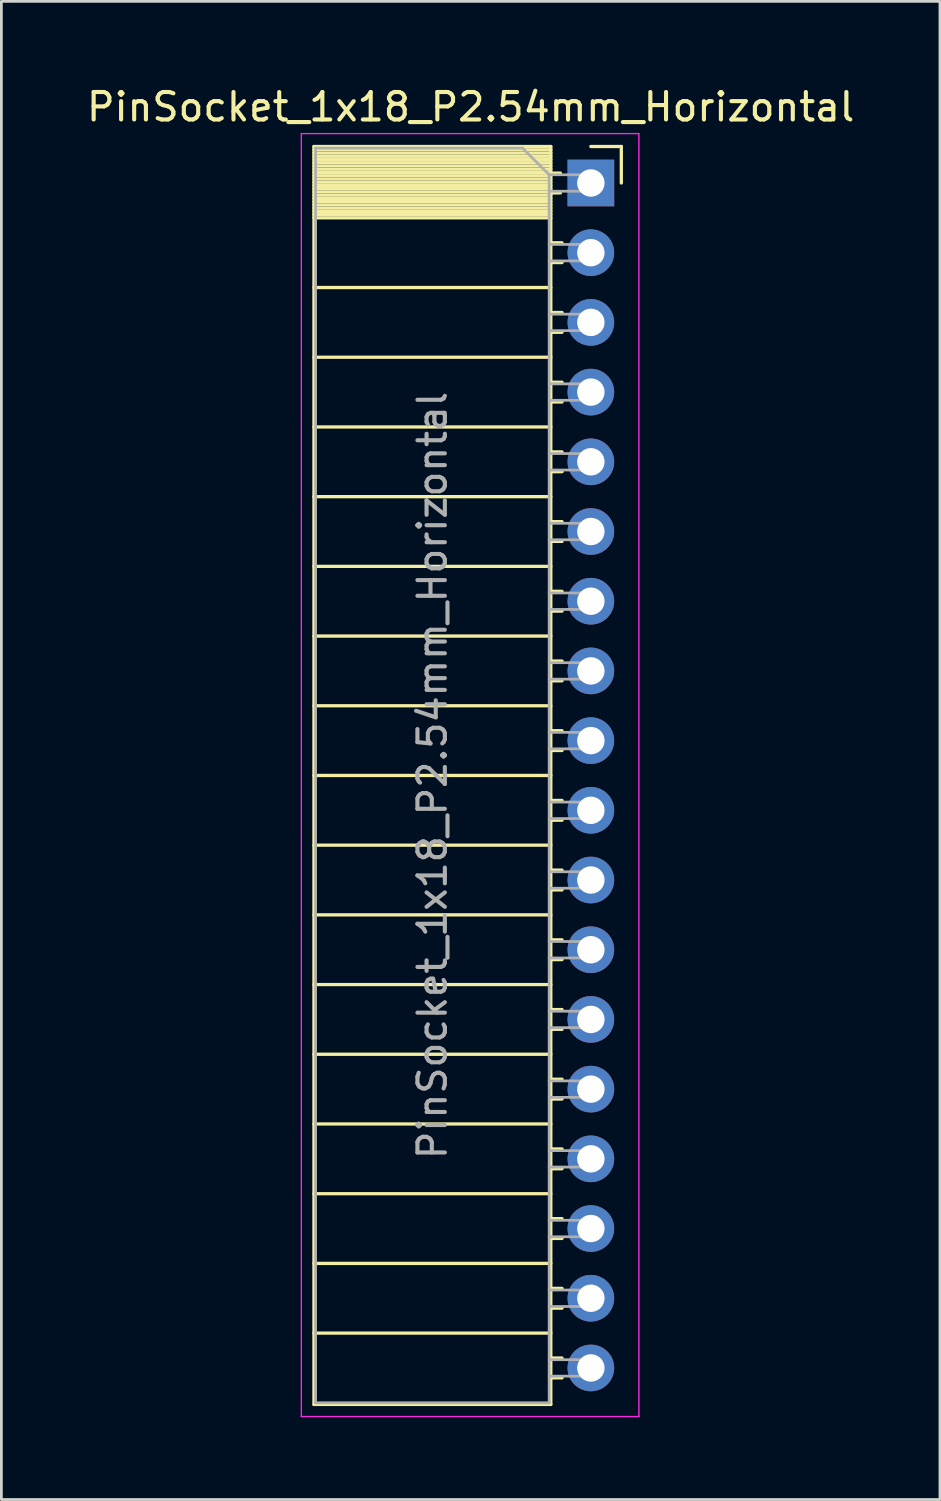
<source format=kicad_pcb>
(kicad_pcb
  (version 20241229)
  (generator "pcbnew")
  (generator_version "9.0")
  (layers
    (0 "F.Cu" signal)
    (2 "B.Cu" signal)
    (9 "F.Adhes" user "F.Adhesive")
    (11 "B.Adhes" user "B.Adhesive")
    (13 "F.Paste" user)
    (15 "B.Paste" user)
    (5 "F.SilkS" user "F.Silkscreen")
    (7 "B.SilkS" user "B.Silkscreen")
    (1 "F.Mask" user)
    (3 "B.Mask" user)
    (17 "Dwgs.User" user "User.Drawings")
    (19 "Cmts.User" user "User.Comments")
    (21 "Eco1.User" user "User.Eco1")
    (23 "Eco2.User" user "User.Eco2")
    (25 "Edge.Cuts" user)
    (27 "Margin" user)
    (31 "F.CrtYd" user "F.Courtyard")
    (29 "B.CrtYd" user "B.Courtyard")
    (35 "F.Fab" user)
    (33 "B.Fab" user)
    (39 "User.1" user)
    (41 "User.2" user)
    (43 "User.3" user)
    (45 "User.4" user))
  (footprint "PinSocket_1x18_P2.54mm_Horizontal"
    (layer "F.Cu")
    (at 18.481 3.618)
    (property "Reference" "PinSocket_1x18_P2.54mm_Horizontal" (at -4.38 -2.77 0) (layer "F.SilkS") (effects (font (size 1 1) (thickness 0.15))))
    (attr through_hole)
    (fp_line (start -10.09 -1.33) (end -10.09 44.51) (stroke (width 0.12) (type solid)) (layer "F.SilkS"))
    (fp_line (start -10.09 -1.33) (end -1.46 -1.33) (stroke (width 0.12) (type solid)) (layer "F.SilkS"))
    (fp_line (start -10.09 -1.21) (end -1.46 -1.21) (stroke (width 0.12) (type solid)) (layer "F.SilkS"))
    (fp_line (start -10.09 -1.092) (end -1.46 -1.092) (stroke (width 0.12) (type solid)) (layer "F.SilkS"))
    (fp_line (start -10.09 -0.974) (end -1.46 -0.974) (stroke (width 0.12) (type solid)) (layer "F.SilkS"))
    (fp_line (start -10.09 -0.856) (end -1.46 -0.856) (stroke (width 0.12) (type solid)) (layer "F.SilkS"))
    (fp_line (start -10.09 -0.738) (end -1.46 -0.738) (stroke (width 0.12) (type solid)) (layer "F.SilkS"))
    (fp_line (start -10.09 -0.62) (end -1.46 -0.62) (stroke (width 0.12) (type solid)) (layer "F.SilkS"))
    (fp_line (start -10.09 -0.501) (end -1.46 -0.501) (stroke (width 0.12) (type solid)) (layer "F.SilkS"))
    (fp_line (start -10.09 -0.383) (end -1.46 -0.383) (stroke (width 0.12) (type solid)) (layer "F.SilkS"))
    (fp_line (start -10.09 -0.265) (end -1.46 -0.265) (stroke (width 0.12) (type solid)) (layer "F.SilkS"))
    (fp_line (start -10.09 -0.147) (end -1.46 -0.147) (stroke (width 0.12) (type solid)) (layer "F.SilkS"))
    (fp_line (start -10.09 -0.029) (end -1.46 -0.029) (stroke (width 0.12) (type solid)) (layer "F.SilkS"))
    (fp_line (start -10.09 0.089) (end -1.46 0.089) (stroke (width 0.12) (type solid)) (layer "F.SilkS"))
    (fp_line (start -10.09 0.207) (end -1.46 0.207) (stroke (width 0.12) (type solid)) (layer "F.SilkS"))
    (fp_line (start -10.09 0.325) (end -1.46 0.325) (stroke (width 0.12) (type solid)) (layer "F.SilkS"))
    (fp_line (start -10.09 0.443) (end -1.46 0.443) (stroke (width 0.12) (type solid)) (layer "F.SilkS"))
    (fp_line (start -10.09 0.561) (end -1.46 0.561) (stroke (width 0.12) (type solid)) (layer "F.SilkS"))
    (fp_line (start -10.09 0.68) (end -1.46 0.68) (stroke (width 0.12) (type solid)) (layer "F.SilkS"))
    (fp_line (start -10.09 0.798) (end -1.46 0.798) (stroke (width 0.12) (type solid)) (layer "F.SilkS"))
    (fp_line (start -10.09 0.916) (end -1.46 0.916) (stroke (width 0.12) (type solid)) (layer "F.SilkS"))
    (fp_line (start -10.09 1.034) (end -1.46 1.034) (stroke (width 0.12) (type solid)) (layer "F.SilkS"))
    (fp_line (start -10.09 1.152) (end -1.46 1.152) (stroke (width 0.12) (type solid)) (layer "F.SilkS"))
    (fp_line (start -10.09 1.27) (end -1.46 1.27) (stroke (width 0.12) (type solid)) (layer "F.SilkS"))
    (fp_line (start -10.09 3.81) (end -1.46 3.81) (stroke (width 0.12) (type solid)) (layer "F.SilkS"))
    (fp_line (start -10.09 6.35) (end -1.46 6.35) (stroke (width 0.12) (type solid)) (layer "F.SilkS"))
    (fp_line (start -10.09 8.89) (end -1.46 8.89) (stroke (width 0.12) (type solid)) (layer "F.SilkS"))
    (fp_line (start -10.09 11.43) (end -1.46 11.43) (stroke (width 0.12) (type solid)) (layer "F.SilkS"))
    (fp_line (start -10.09 13.97) (end -1.46 13.97) (stroke (width 0.12) (type solid)) (layer "F.SilkS"))
    (fp_line (start -10.09 16.51) (end -1.46 16.51) (stroke (width 0.12) (type solid)) (layer "F.SilkS"))
    (fp_line (start -10.09 19.05) (end -1.46 19.05) (stroke (width 0.12) (type solid)) (layer "F.SilkS"))
    (fp_line (start -10.09 21.59) (end -1.46 21.59) (stroke (width 0.12) (type solid)) (layer "F.SilkS"))
    (fp_line (start -10.09 24.13) (end -1.46 24.13) (stroke (width 0.12) (type solid)) (layer "F.SilkS"))
    (fp_line (start -10.09 26.67) (end -1.46 26.67) (stroke (width 0.12) (type solid)) (layer "F.SilkS"))
    (fp_line (start -10.09 29.21) (end -1.46 29.21) (stroke (width 0.12) (type solid)) (layer "F.SilkS"))
    (fp_line (start -10.09 31.75) (end -1.46 31.75) (stroke (width 0.12) (type solid)) (layer "F.SilkS"))
    (fp_line (start -10.09 34.29) (end -1.46 34.29) (stroke (width 0.12) (type solid)) (layer "F.SilkS"))
    (fp_line (start -10.09 36.83) (end -1.46 36.83) (stroke (width 0.12) (type solid)) (layer "F.SilkS"))
    (fp_line (start -10.09 39.37) (end -1.46 39.37) (stroke (width 0.12) (type solid)) (layer "F.SilkS"))
    (fp_line (start -10.09 41.91) (end -1.46 41.91) (stroke (width 0.12) (type solid)) (layer "F.SilkS"))
    (fp_line (start -10.09 44.51) (end -1.46 44.51) (stroke (width 0.12) (type solid)) (layer "F.SilkS"))
    (fp_line (start -1.46 -1.33) (end -1.46 44.51) (stroke (width 0.12) (type solid)) (layer "F.SilkS"))
    (fp_line (start -1.46 -0.36) (end -1.11 -0.36) (stroke (width 0.12) (type solid)) (layer "F.SilkS"))
    (fp_line (start -1.46 0.36) (end -1.11 0.36) (stroke (width 0.12) (type solid)) (layer "F.SilkS"))
    (fp_line (start -1.46 2.18) (end -1.05 2.18) (stroke (width 0.12) (type solid)) (layer "F.SilkS"))
    (fp_line (start -1.46 2.9) (end -1.05 2.9) (stroke (width 0.12) (type solid)) (layer "F.SilkS"))
    (fp_line (start -1.46 4.72) (end -1.05 4.72) (stroke (width 0.12) (type solid)) (layer "F.SilkS"))
    (fp_line (start -1.46 5.44) (end -1.05 5.44) (stroke (width 0.12) (type solid)) (layer "F.SilkS"))
    (fp_line (start -1.46 7.26) (end -1.05 7.26) (stroke (width 0.12) (type solid)) (layer "F.SilkS"))
    (fp_line (start -1.46 7.98) (end -1.05 7.98) (stroke (width 0.12) (type solid)) (layer "F.SilkS"))
    (fp_line (start -1.46 9.8) (end -1.05 9.8) (stroke (width 0.12) (type solid)) (layer "F.SilkS"))
    (fp_line (start -1.46 10.52) (end -1.05 10.52) (stroke (width 0.12) (type solid)) (layer "F.SilkS"))
    (fp_line (start -1.46 12.34) (end -1.05 12.34) (stroke (width 0.12) (type solid)) (layer "F.SilkS"))
    (fp_line (start -1.46 13.06) (end -1.05 13.06) (stroke (width 0.12) (type solid)) (layer "F.SilkS"))
    (fp_line (start -1.46 14.88) (end -1.05 14.88) (stroke (width 0.12) (type solid)) (layer "F.SilkS"))
    (fp_line (start -1.46 15.6) (end -1.05 15.6) (stroke (width 0.12) (type solid)) (layer "F.SilkS"))
    (fp_line (start -1.46 17.42) (end -1.05 17.42) (stroke (width 0.12) (type solid)) (layer "F.SilkS"))
    (fp_line (start -1.46 18.14) (end -1.05 18.14) (stroke (width 0.12) (type solid)) (layer "F.SilkS"))
    (fp_line (start -1.46 19.96) (end -1.05 19.96) (stroke (width 0.12) (type solid)) (layer "F.SilkS"))
    (fp_line (start -1.46 20.68) (end -1.05 20.68) (stroke (width 0.12) (type solid)) (layer "F.SilkS"))
    (fp_line (start -1.46 22.5) (end -1.05 22.5) (stroke (width 0.12) (type solid)) (layer "F.SilkS"))
    (fp_line (start -1.46 23.22) (end -1.05 23.22) (stroke (width 0.12) (type solid)) (layer "F.SilkS"))
    (fp_line (start -1.46 25.04) (end -1.05 25.04) (stroke (width 0.12) (type solid)) (layer "F.SilkS"))
    (fp_line (start -1.46 25.76) (end -1.05 25.76) (stroke (width 0.12) (type solid)) (layer "F.SilkS"))
    (fp_line (start -1.46 27.58) (end -1.05 27.58) (stroke (width 0.12) (type solid)) (layer "F.SilkS"))
    (fp_line (start -1.46 28.3) (end -1.05 28.3) (stroke (width 0.12) (type solid)) (layer "F.SilkS"))
    (fp_line (start -1.46 30.12) (end -1.05 30.12) (stroke (width 0.12) (type solid)) (layer "F.SilkS"))
    (fp_line (start -1.46 30.84) (end -1.05 30.84) (stroke (width 0.12) (type solid)) (layer "F.SilkS"))
    (fp_line (start -1.46 32.66) (end -1.05 32.66) (stroke (width 0.12) (type solid)) (layer "F.SilkS"))
    (fp_line (start -1.46 33.38) (end -1.05 33.38) (stroke (width 0.12) (type solid)) (layer "F.SilkS"))
    (fp_line (start -1.46 35.2) (end -1.05 35.2) (stroke (width 0.12) (type solid)) (layer "F.SilkS"))
    (fp_line (start -1.46 35.92) (end -1.05 35.92) (stroke (width 0.12) (type solid)) (layer "F.SilkS"))
    (fp_line (start -1.46 37.74) (end -1.05 37.74) (stroke (width 0.12) (type solid)) (layer "F.SilkS"))
    (fp_line (start -1.46 38.46) (end -1.05 38.46) (stroke (width 0.12) (type solid)) (layer "F.SilkS"))
    (fp_line (start -1.46 40.28) (end -1.05 40.28) (stroke (width 0.12) (type solid)) (layer "F.SilkS"))
    (fp_line (start -1.46 41) (end -1.05 41) (stroke (width 0.12) (type solid)) (layer "F.SilkS"))
    (fp_line (start -1.46 42.82) (end -1.05 42.82) (stroke (width 0.12) (type solid)) (layer "F.SilkS"))
    (fp_line (start -1.46 43.54) (end -1.05 43.54) (stroke (width 0.12) (type solid)) (layer "F.SilkS"))
    (fp_line (start 0 -1.33) (end 1.11 -1.33) (stroke (width 0.12) (type solid)) (layer "F.SilkS"))
    (fp_line (start 1.11 -1.33) (end 1.11 0) (stroke (width 0.12) (type solid)) (layer "F.SilkS"))
    (fp_line (start -10.55 -1.8) (end -10.55 44.95) (stroke (width 0.05) (type solid)) (layer "F.CrtYd"))
    (fp_line (start -10.55 44.95) (end 1.75 44.95) (stroke (width 0.05) (type solid)) (layer "F.CrtYd"))
    (fp_line (start 1.75 -1.8) (end -10.55 -1.8) (stroke (width 0.05) (type solid)) (layer "F.CrtYd"))
    (fp_line (start 1.75 44.95) (end 1.75 -1.8) (stroke (width 0.05) (type solid)) (layer "F.CrtYd"))
    (fp_line (start -10.03 -1.27) (end -2.49 -1.27) (stroke (width 0.1) (type solid)) (layer "F.Fab"))
    (fp_line (start -10.03 44.45) (end -10.03 -1.27) (stroke (width 0.1) (type solid)) (layer "F.Fab"))
    (fp_line (start -2.49 -1.27) (end -1.52 -0.3) (stroke (width 0.1) (type solid)) (layer "F.Fab"))
    (fp_line (start -1.52 -0.3) (end -1.52 44.45) (stroke (width 0.1) (type solid)) (layer "F.Fab"))
    (fp_line (start -1.52 0.3) (end 0 0.3) (stroke (width 0.1) (type solid)) (layer "F.Fab"))
    (fp_line (start -1.52 2.84) (end 0 2.84) (stroke (width 0.1) (type solid)) (layer "F.Fab"))
    (fp_line (start -1.52 5.38) (end 0 5.38) (stroke (width 0.1) (type solid)) (layer "F.Fab"))
    (fp_line (start -1.52 7.92) (end 0 7.92) (stroke (width 0.1) (type solid)) (layer "F.Fab"))
    (fp_line (start -1.52 10.46) (end 0 10.46) (stroke (width 0.1) (type solid)) (layer "F.Fab"))
    (fp_line (start -1.52 13) (end 0 13) (stroke (width 0.1) (type solid)) (layer "F.Fab"))
    (fp_line (start -1.52 15.54) (end 0 15.54) (stroke (width 0.1) (type solid)) (layer "F.Fab"))
    (fp_line (start -1.52 18.08) (end 0 18.08) (stroke (width 0.1) (type solid)) (layer "F.Fab"))
    (fp_line (start -1.52 20.62) (end 0 20.62) (stroke (width 0.1) (type solid)) (layer "F.Fab"))
    (fp_line (start -1.52 23.16) (end 0 23.16) (stroke (width 0.1) (type solid)) (layer "F.Fab"))
    (fp_line (start -1.52 25.7) (end 0 25.7) (stroke (width 0.1) (type solid)) (layer "F.Fab"))
    (fp_line (start -1.52 28.24) (end 0 28.24) (stroke (width 0.1) (type solid)) (layer "F.Fab"))
    (fp_line (start -1.52 30.78) (end 0 30.78) (stroke (width 0.1) (type solid)) (layer "F.Fab"))
    (fp_line (start -1.52 33.32) (end 0 33.32) (stroke (width 0.1) (type solid)) (layer "F.Fab"))
    (fp_line (start -1.52 35.86) (end 0 35.86) (stroke (width 0.1) (type solid)) (layer "F.Fab"))
    (fp_line (start -1.52 38.4) (end 0 38.4) (stroke (width 0.1) (type solid)) (layer "F.Fab"))
    (fp_line (start -1.52 40.94) (end 0 40.94) (stroke (width 0.1) (type solid)) (layer "F.Fab"))
    (fp_line (start -1.52 43.48) (end 0 43.48) (stroke (width 0.1) (type solid)) (layer "F.Fab"))
    (fp_line (start -1.52 44.45) (end -10.03 44.45) (stroke (width 0.1) (type solid)) (layer "F.Fab"))
    (fp_line (start 0 -0.3) (end -1.52 -0.3) (stroke (width 0.1) (type solid)) (layer "F.Fab"))
    (fp_line (start 0 0.3) (end 0 -0.3) (stroke (width 0.1) (type solid)) (layer "F.Fab"))
    (fp_line (start 0 2.24) (end -1.52 2.24) (stroke (width 0.1) (type solid)) (layer "F.Fab"))
    (fp_line (start 0 2.84) (end 0 2.24) (stroke (width 0.1) (type solid)) (layer "F.Fab"))
    (fp_line (start 0 4.78) (end -1.52 4.78) (stroke (width 0.1) (type solid)) (layer "F.Fab"))
    (fp_line (start 0 5.38) (end 0 4.78) (stroke (width 0.1) (type solid)) (layer "F.Fab"))
    (fp_line (start 0 7.32) (end -1.52 7.32) (stroke (width 0.1) (type solid)) (layer "F.Fab"))
    (fp_line (start 0 7.92) (end 0 7.32) (stroke (width 0.1) (type solid)) (layer "F.Fab"))
    (fp_line (start 0 9.86) (end -1.52 9.86) (stroke (width 0.1) (type solid)) (layer "F.Fab"))
    (fp_line (start 0 10.46) (end 0 9.86) (stroke (width 0.1) (type solid)) (layer "F.Fab"))
    (fp_line (start 0 12.4) (end -1.52 12.4) (stroke (width 0.1) (type solid)) (layer "F.Fab"))
    (fp_line (start 0 13) (end 0 12.4) (stroke (width 0.1) (type solid)) (layer "F.Fab"))
    (fp_line (start 0 14.94) (end -1.52 14.94) (stroke (width 0.1) (type solid)) (layer "F.Fab"))
    (fp_line (start 0 15.54) (end 0 14.94) (stroke (width 0.1) (type solid)) (layer "F.Fab"))
    (fp_line (start 0 17.48) (end -1.52 17.48) (stroke (width 0.1) (type solid)) (layer "F.Fab"))
    (fp_line (start 0 18.08) (end 0 17.48) (stroke (width 0.1) (type solid)) (layer "F.Fab"))
    (fp_line (start 0 20.02) (end -1.52 20.02) (stroke (width 0.1) (type solid)) (layer "F.Fab"))
    (fp_line (start 0 20.62) (end 0 20.02) (stroke (width 0.1) (type solid)) (layer "F.Fab"))
    (fp_line (start 0 22.56) (end -1.52 22.56) (stroke (width 0.1) (type solid)) (layer "F.Fab"))
    (fp_line (start 0 23.16) (end 0 22.56) (stroke (width 0.1) (type solid)) (layer "F.Fab"))
    (fp_line (start 0 25.1) (end -1.52 25.1) (stroke (width 0.1) (type solid)) (layer "F.Fab"))
    (fp_line (start 0 25.7) (end 0 25.1) (stroke (width 0.1) (type solid)) (layer "F.Fab"))
    (fp_line (start 0 27.64) (end -1.52 27.64) (stroke (width 0.1) (type solid)) (layer "F.Fab"))
    (fp_line (start 0 28.24) (end 0 27.64) (stroke (width 0.1) (type solid)) (layer "F.Fab"))
    (fp_line (start 0 30.18) (end -1.52 30.18) (stroke (width 0.1) (type solid)) (layer "F.Fab"))
    (fp_line (start 0 30.78) (end 0 30.18) (stroke (width 0.1) (type solid)) (layer "F.Fab"))
    (fp_line (start 0 32.72) (end -1.52 32.72) (stroke (width 0.1) (type solid)) (layer "F.Fab"))
    (fp_line (start 0 33.32) (end 0 32.72) (stroke (width 0.1) (type solid)) (layer "F.Fab"))
    (fp_line (start 0 35.26) (end -1.52 35.26) (stroke (width 0.1) (type solid)) (layer "F.Fab"))
    (fp_line (start 0 35.86) (end 0 35.26) (stroke (width 0.1) (type solid)) (layer "F.Fab"))
    (fp_line (start 0 37.8) (end -1.52 37.8) (stroke (width 0.1) (type solid)) (layer "F.Fab"))
    (fp_line (start 0 38.4) (end 0 37.8) (stroke (width 0.1) (type solid)) (layer "F.Fab"))
    (fp_line (start 0 40.34) (end -1.52 40.34) (stroke (width 0.1) (type solid)) (layer "F.Fab"))
    (fp_line (start 0 40.94) (end 0 40.34) (stroke (width 0.1) (type solid)) (layer "F.Fab"))
    (fp_line (start 0 42.88) (end -1.52 42.88) (stroke (width 0.1) (type solid)) (layer "F.Fab"))
    (fp_line (start 0 43.48) (end 0 42.88) (stroke (width 0.1) (type solid)) (layer "F.Fab"))
    (fp_text user "${REFERENCE}" (at -5.775 21.59 90) (layer "F.Fab") (effects (font (size 1 1) (thickness 0.15))))
    (pad "1" thru_hole rect (at 0 0) (size 1.7 1.7) (drill 1) (layers "*.Cu" "*.Mask"))
    (pad "2" thru_hole circle (at 0 2.54) (size 1.7 1.7) (drill 1) (layers "*.Cu" "*.Mask"))
    (pad "3" thru_hole circle (at 0 5.08) (size 1.7 1.7) (drill 1) (layers "*.Cu" "*.Mask"))
    (pad "4" thru_hole circle (at 0 7.62) (size 1.7 1.7) (drill 1) (layers "*.Cu" "*.Mask"))
    (pad "5" thru_hole circle (at 0 10.16) (size 1.7 1.7) (drill 1) (layers "*.Cu" "*.Mask"))
    (pad "6" thru_hole circle (at 0 12.7) (size 1.7 1.7) (drill 1) (layers "*.Cu" "*.Mask"))
    (pad "7" thru_hole circle (at 0 15.24) (size 1.7 1.7) (drill 1) (layers "*.Cu" "*.Mask"))
    (pad "8" thru_hole circle (at 0 17.78) (size 1.7 1.7) (drill 1) (layers "*.Cu" "*.Mask"))
    (pad "9" thru_hole circle (at 0 20.32) (size 1.7 1.7) (drill 1) (layers "*.Cu" "*.Mask"))
    (pad "10" thru_hole circle (at 0 22.86) (size 1.7 1.7) (drill 1) (layers "*.Cu" "*.Mask"))
    (pad "11" thru_hole circle (at 0 25.4) (size 1.7 1.7) (drill 1) (layers "*.Cu" "*.Mask"))
    (pad "12" thru_hole circle (at 0 27.94) (size 1.7 1.7) (drill 1) (layers "*.Cu" "*.Mask"))
    (pad "13" thru_hole circle (at 0 30.48) (size 1.7 1.7) (drill 1) (layers "*.Cu" "*.Mask"))
    (pad "14" thru_hole circle (at 0 33.02) (size 1.7 1.7) (drill 1) (layers "*.Cu" "*.Mask"))
    (pad "15" thru_hole circle (at 0 35.56) (size 1.7 1.7) (drill 1) (layers "*.Cu" "*.Mask"))
    (pad "16" thru_hole circle (at 0 38.1) (size 1.7 1.7) (drill 1) (layers "*.Cu" "*.Mask"))
    (pad "17" thru_hole circle (at 0 40.64) (size 1.7 1.7) (drill 1) (layers "*.Cu" "*.Mask"))
    (pad "18" thru_hole circle (at 0 43.18) (size 1.7 1.7) (drill 1) (layers "*.Cu" "*.Mask")))
  (gr_rect
    (start -3 -3)
    (end 31.202 51.593)
    (stroke (width 0.1) (type default))
    (fill no)
    (layer "Edge.Cuts")))
</source>
